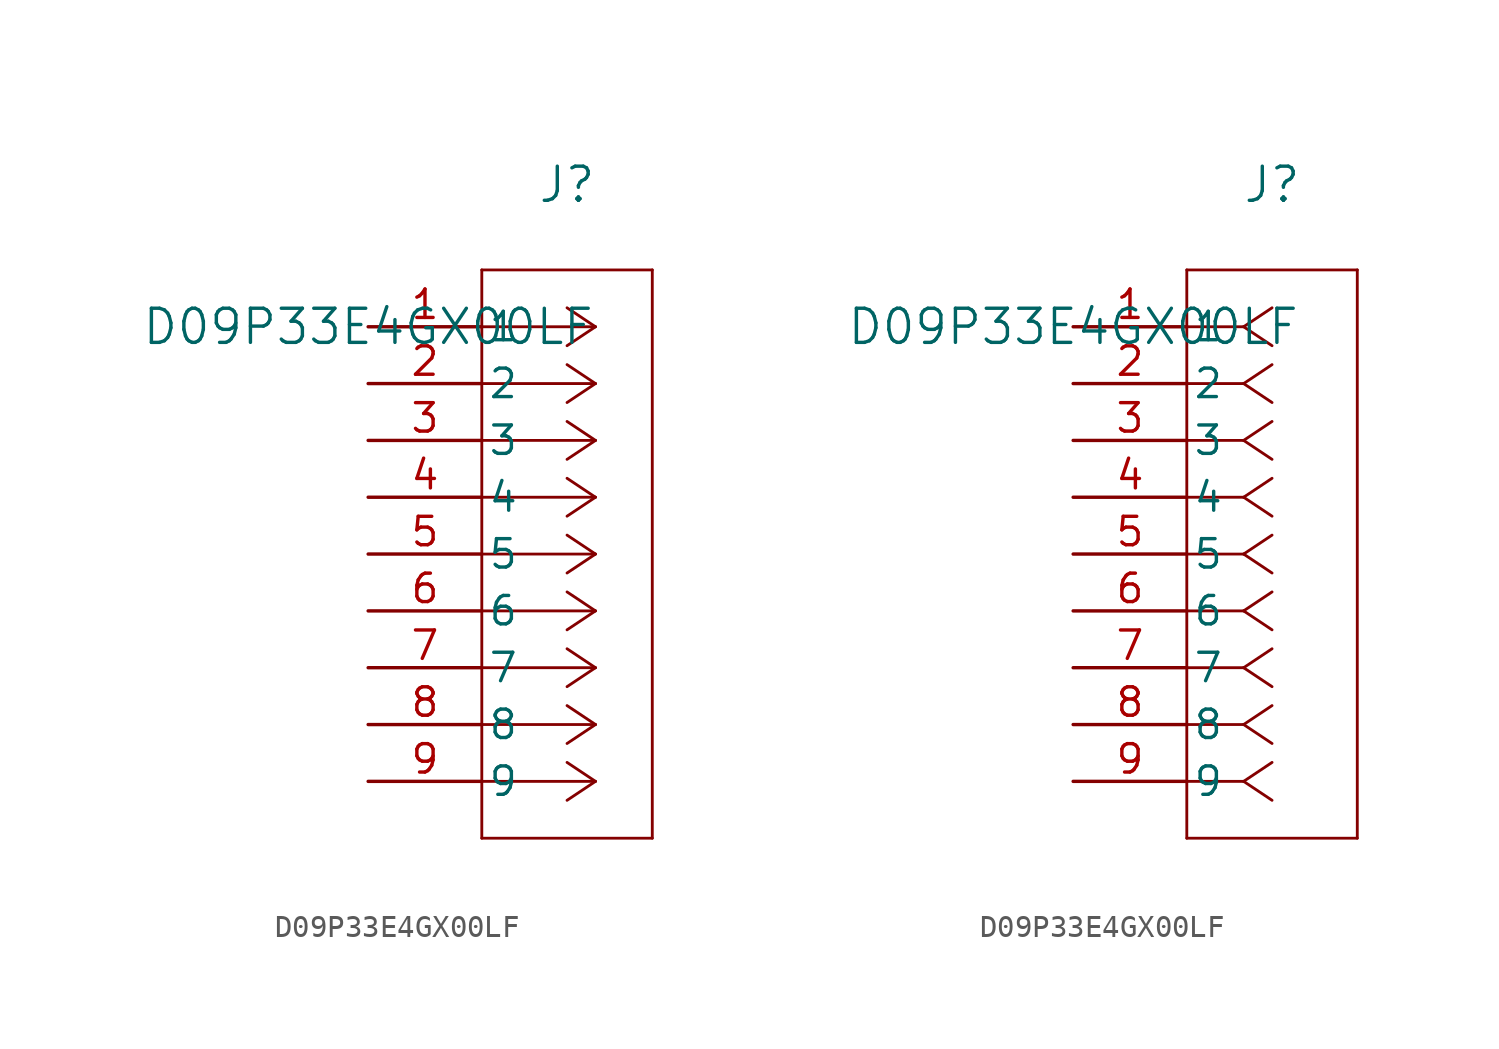
<source format=kicad_sym>
(kicad_symbol_lib
  (version 20211014)
  (generator kicad_symbol_editor)
  (symbol "D09P33E4GX00LF"
    (pin_names
      (offset 0.254))
    (property "Reference" "J"
      (at 8.89 6.35 0)
      (effects (font (size 1.524 1.524))))
    (property "Value" "D09P33E4GX00LF"
      (at 0 0 0)
      (effects (font (size 1.524 1.524))))
    (symbol "D09P33E4GX00LF_1_1"
      (polyline (pts (xy 10.16 0) (xy 5.08 0)) (stroke (width 0.127) (type default) (color 0 0 0 0)) (fill (type none)))
      (polyline (pts (xy 10.16 -2.54) (xy 5.08 -2.54)) (stroke (width 0.127) (type default) (color 0 0 0 0)) (fill (type none)))
      (polyline (pts (xy 10.16 -5.08) (xy 5.08 -5.08)) (stroke (width 0.127) (type default) (color 0 0 0 0)) (fill (type none)))
      (polyline (pts (xy 10.16 -7.62) (xy 5.08 -7.62)) (stroke (width 0.127) (type default) (color 0 0 0 0)) (fill (type none)))
      (polyline (pts (xy 10.16 -10.16) (xy 5.08 -10.16)) (stroke (width 0.127) (type default) (color 0 0 0 0)) (fill (type none)))
      (polyline (pts (xy 10.16 -12.7) (xy 5.08 -12.7)) (stroke (width 0.127) (type default) (color 0 0 0 0)) (fill (type none)))
      (polyline (pts (xy 10.16 -15.24) (xy 5.08 -15.24)) (stroke (width 0.127) (type default) (color 0 0 0 0)) (fill (type none)))
      (polyline (pts (xy 10.16 -17.78) (xy 5.08 -17.78)) (stroke (width 0.127) (type default) (color 0 0 0 0)) (fill (type none)))
      (polyline (pts (xy 10.16 -20.32) (xy 5.08 -20.32)) (stroke (width 0.127) (type default) (color 0 0 0 0)) (fill (type none)))
      (polyline (pts (xy 10.16 0) (xy 8.89 0.847)) (stroke (width 0.127) (type default) (color 0 0 0 0)) (fill (type none)))
      (polyline (pts (xy 10.16 -2.54) (xy 8.89 -1.693)) (stroke (width 0.127) (type default) (color 0 0 0 0)) (fill (type none)))
      (polyline (pts (xy 10.16 -5.08) (xy 8.89 -4.233)) (stroke (width 0.127) (type default) (color 0 0 0 0)) (fill (type none)))
      (polyline (pts (xy 10.16 -7.62) (xy 8.89 -6.773)) (stroke (width 0.127) (type default) (color 0 0 0 0)) (fill (type none)))
      (polyline (pts (xy 10.16 -10.16) (xy 8.89 -9.313)) (stroke (width 0.127) (type default) (color 0 0 0 0)) (fill (type none)))
      (polyline (pts (xy 10.16 -12.7) (xy 8.89 -11.853)) (stroke (width 0.127) (type default) (color 0 0 0 0)) (fill (type none)))
      (polyline (pts (xy 10.16 -15.24) (xy 8.89 -14.393)) (stroke (width 0.127) (type default) (color 0 0 0 0)) (fill (type none)))
      (polyline (pts (xy 10.16 -17.78) (xy 8.89 -16.933)) (stroke (width 0.127) (type default) (color 0 0 0 0)) (fill (type none)))
      (polyline (pts (xy 10.16 -20.32) (xy 8.89 -19.473)) (stroke (width 0.127) (type default) (color 0 0 0 0)) (fill (type none)))
      (polyline (pts (xy 10.16 0) (xy 8.89 -0.847)) (stroke (width 0.127) (type default) (color 0 0 0 0)) (fill (type none)))
      (polyline (pts (xy 10.16 -2.54) (xy 8.89 -3.387)) (stroke (width 0.127) (type default) (color 0 0 0 0)) (fill (type none)))
      (polyline (pts (xy 10.16 -5.08) (xy 8.89 -5.927)) (stroke (width 0.127) (type default) (color 0 0 0 0)) (fill (type none)))
      (polyline (pts (xy 10.16 -7.62) (xy 8.89 -8.467)) (stroke (width 0.127) (type default) (color 0 0 0 0)) (fill (type none)))
      (polyline (pts (xy 10.16 -10.16) (xy 8.89 -11.007)) (stroke (width 0.127) (type default) (color 0 0 0 0)) (fill (type none)))
      (polyline (pts (xy 10.16 -12.7) (xy 8.89 -13.547)) (stroke (width 0.127) (type default) (color 0 0 0 0)) (fill (type none)))
      (polyline (pts (xy 10.16 -15.24) (xy 8.89 -16.087)) (stroke (width 0.127) (type default) (color 0 0 0 0)) (fill (type none)))
      (polyline (pts (xy 10.16 -17.78) (xy 8.89 -18.627)) (stroke (width 0.127) (type default) (color 0 0 0 0)) (fill (type none)))
      (polyline (pts (xy 10.16 -20.32) (xy 8.89 -21.167)) (stroke (width 0.127) (type default) (color 0 0 0 0)) (fill (type none)))
      (polyline (pts (xy 5.08 2.54) (xy 5.08 -22.86)) (stroke (width 0.127) (type default) (color 0 0 0 0)) (fill (type none)))
      (polyline (pts (xy 5.08 -22.86) (xy 12.7 -22.86)) (stroke (width 0.127) (type default) (color 0 0 0 0)) (fill (type none)))
      (polyline (pts (xy 12.7 -22.86) (xy 12.7 2.54)) (stroke (width 0.127) (type default) (color 0 0 0 0)) (fill (type none)))
      (polyline (pts (xy 12.7 2.54) (xy 5.08 2.54)) (stroke (width 0.127) (type default) (color 0 0 0 0)) (fill (type none)))
      (pin unspecified line (at 0 0 0) (length 5.08) (name "1" (effects (font (size 1.27 1.27)))) (number "1" (effects (font (size 1.27 1.27)))))
      (pin unspecified line (at 0 -2.54 0) (length 5.08) (name "2" (effects (font (size 1.27 1.27)))) (number "2" (effects (font (size 1.27 1.27)))))
      (pin unspecified line (at 0 -5.08 0) (length 5.08) (name "3" (effects (font (size 1.27 1.27)))) (number "3" (effects (font (size 1.27 1.27)))))
      (pin unspecified line (at 0 -7.62 0) (length 5.08) (name "4" (effects (font (size 1.27 1.27)))) (number "4" (effects (font (size 1.27 1.27)))))
      (pin unspecified line (at 0 -10.16 0) (length 5.08) (name "5" (effects (font (size 1.27 1.27)))) (number "5" (effects (font (size 1.27 1.27)))))
      (pin unspecified line (at 0 -12.7 0) (length 5.08) (name "6" (effects (font (size 1.27 1.27)))) (number "6" (effects (font (size 1.27 1.27)))))
      (pin unspecified line (at 0 -15.24 0) (length 5.08) (name "7" (effects (font (size 1.27 1.27)))) (number "7" (effects (font (size 1.27 1.27)))))
      (pin unspecified line (at 0 -17.78 0) (length 5.08) (name "8" (effects (font (size 1.27 1.27)))) (number "8" (effects (font (size 1.27 1.27)))))
      (pin unspecified line (at 0 -20.32 0) (length 5.08) (name "9" (effects (font (size 1.27 1.27)))) (number "9" (effects (font (size 1.27 1.27))))))
    (symbol "D09P33E4GX00LF_1_2"
      (polyline (pts (xy 7.62 0) (xy 5.08 0)) (stroke (width 0.127) (type default) (color 0 0 0 0)) (fill (type none)))
      (polyline (pts (xy 7.62 -2.54) (xy 5.08 -2.54)) (stroke (width 0.127) (type default) (color 0 0 0 0)) (fill (type none)))
      (polyline (pts (xy 7.62 -5.08) (xy 5.08 -5.08)) (stroke (width 0.127) (type default) (color 0 0 0 0)) (fill (type none)))
      (polyline (pts (xy 7.62 -7.62) (xy 5.08 -7.62)) (stroke (width 0.127) (type default) (color 0 0 0 0)) (fill (type none)))
      (polyline (pts (xy 7.62 -10.16) (xy 5.08 -10.16)) (stroke (width 0.127) (type default) (color 0 0 0 0)) (fill (type none)))
      (polyline (pts (xy 7.62 -12.7) (xy 5.08 -12.7)) (stroke (width 0.127) (type default) (color 0 0 0 0)) (fill (type none)))
      (polyline (pts (xy 7.62 -15.24) (xy 5.08 -15.24)) (stroke (width 0.127) (type default) (color 0 0 0 0)) (fill (type none)))
      (polyline (pts (xy 7.62 -17.78) (xy 5.08 -17.78)) (stroke (width 0.127) (type default) (color 0 0 0 0)) (fill (type none)))
      (polyline (pts (xy 7.62 -20.32) (xy 5.08 -20.32)) (stroke (width 0.127) (type default) (color 0 0 0 0)) (fill (type none)))
      (polyline (pts (xy 7.62 0) (xy 8.89 0.847)) (stroke (width 0.127) (type default) (color 0 0 0 0)) (fill (type none)))
      (polyline (pts (xy 7.62 -2.54) (xy 8.89 -1.693)) (stroke (width 0.127) (type default) (color 0 0 0 0)) (fill (type none)))
      (polyline (pts (xy 7.62 -5.08) (xy 8.89 -4.233)) (stroke (width 0.127) (type default) (color 0 0 0 0)) (fill (type none)))
      (polyline (pts (xy 7.62 -7.62) (xy 8.89 -6.773)) (stroke (width 0.127) (type default) (color 0 0 0 0)) (fill (type none)))
      (polyline (pts (xy 7.62 -10.16) (xy 8.89 -9.313)) (stroke (width 0.127) (type default) (color 0 0 0 0)) (fill (type none)))
      (polyline (pts (xy 7.62 -12.7) (xy 8.89 -11.853)) (stroke (width 0.127) (type default) (color 0 0 0 0)) (fill (type none)))
      (polyline (pts (xy 7.62 -15.24) (xy 8.89 -14.393)) (stroke (width 0.127) (type default) (color 0 0 0 0)) (fill (type none)))
      (polyline (pts (xy 7.62 -17.78) (xy 8.89 -16.933)) (stroke (width 0.127) (type default) (color 0 0 0 0)) (fill (type none)))
      (polyline (pts (xy 7.62 -20.32) (xy 8.89 -19.473)) (stroke (width 0.127) (type default) (color 0 0 0 0)) (fill (type none)))
      (polyline (pts (xy 7.62 0) (xy 8.89 -0.847)) (stroke (width 0.127) (type default) (color 0 0 0 0)) (fill (type none)))
      (polyline (pts (xy 7.62 -2.54) (xy 8.89 -3.387)) (stroke (width 0.127) (type default) (color 0 0 0 0)) (fill (type none)))
      (polyline (pts (xy 7.62 -5.08) (xy 8.89 -5.927)) (stroke (width 0.127) (type default) (color 0 0 0 0)) (fill (type none)))
      (polyline (pts (xy 7.62 -7.62) (xy 8.89 -8.467)) (stroke (width 0.127) (type default) (color 0 0 0 0)) (fill (type none)))
      (polyline (pts (xy 7.62 -10.16) (xy 8.89 -11.007)) (stroke (width 0.127) (type default) (color 0 0 0 0)) (fill (type none)))
      (polyline (pts (xy 7.62 -12.7) (xy 8.89 -13.547)) (stroke (width 0.127) (type default) (color 0 0 0 0)) (fill (type none)))
      (polyline (pts (xy 7.62 -15.24) (xy 8.89 -16.087)) (stroke (width 0.127) (type default) (color 0 0 0 0)) (fill (type none)))
      (polyline (pts (xy 7.62 -17.78) (xy 8.89 -18.627)) (stroke (width 0.127) (type default) (color 0 0 0 0)) (fill (type none)))
      (polyline (pts (xy 7.62 -20.32) (xy 8.89 -21.167)) (stroke (width 0.127) (type default) (color 0 0 0 0)) (fill (type none)))
      (polyline (pts (xy 5.08 2.54) (xy 5.08 -22.86)) (stroke (width 0.127) (type default) (color 0 0 0 0)) (fill (type none)))
      (polyline (pts (xy 5.08 -22.86) (xy 12.7 -22.86)) (stroke (width 0.127) (type default) (color 0 0 0 0)) (fill (type none)))
      (polyline (pts (xy 12.7 -22.86) (xy 12.7 2.54)) (stroke (width 0.127) (type default) (color 0 0 0 0)) (fill (type none)))
      (polyline (pts (xy 12.7 2.54) (xy 5.08 2.54)) (stroke (width 0.127) (type default) (color 0 0 0 0)) (fill (type none)))
      (pin unspecified line (at 0 0 0) (length 5.08) (name "1" (effects (font (size 1.27 1.27)))) (number "1" (effects (font (size 1.27 1.27)))))
      (pin unspecified line (at 0 -2.54 0) (length 5.08) (name "2" (effects (font (size 1.27 1.27)))) (number "2" (effects (font (size 1.27 1.27)))))
      (pin unspecified line (at 0 -5.08 0) (length 5.08) (name "3" (effects (font (size 1.27 1.27)))) (number "3" (effects (font (size 1.27 1.27)))))
      (pin unspecified line (at 0 -7.62 0) (length 5.08) (name "4" (effects (font (size 1.27 1.27)))) (number "4" (effects (font (size 1.27 1.27)))))
      (pin unspecified line (at 0 -10.16 0) (length 5.08) (name "5" (effects (font (size 1.27 1.27)))) (number "5" (effects (font (size 1.27 1.27)))))
      (pin unspecified line (at 0 -12.7 0) (length 5.08) (name "6" (effects (font (size 1.27 1.27)))) (number "6" (effects (font (size 1.27 1.27)))))
      (pin unspecified line (at 0 -15.24 0) (length 5.08) (name "7" (effects (font (size 1.27 1.27)))) (number "7" (effects (font (size 1.27 1.27)))))
      (pin unspecified line (at 0 -17.78 0) (length 5.08) (name "8" (effects (font (size 1.27 1.27)))) (number "8" (effects (font (size 1.27 1.27)))))
      (pin unspecified line (at 0 -20.32 0) (length 5.08) (name "9" (effects (font (size 1.27 1.27)))) (number "9" (effects (font (size 1.27 1.27))))))))
</source>
